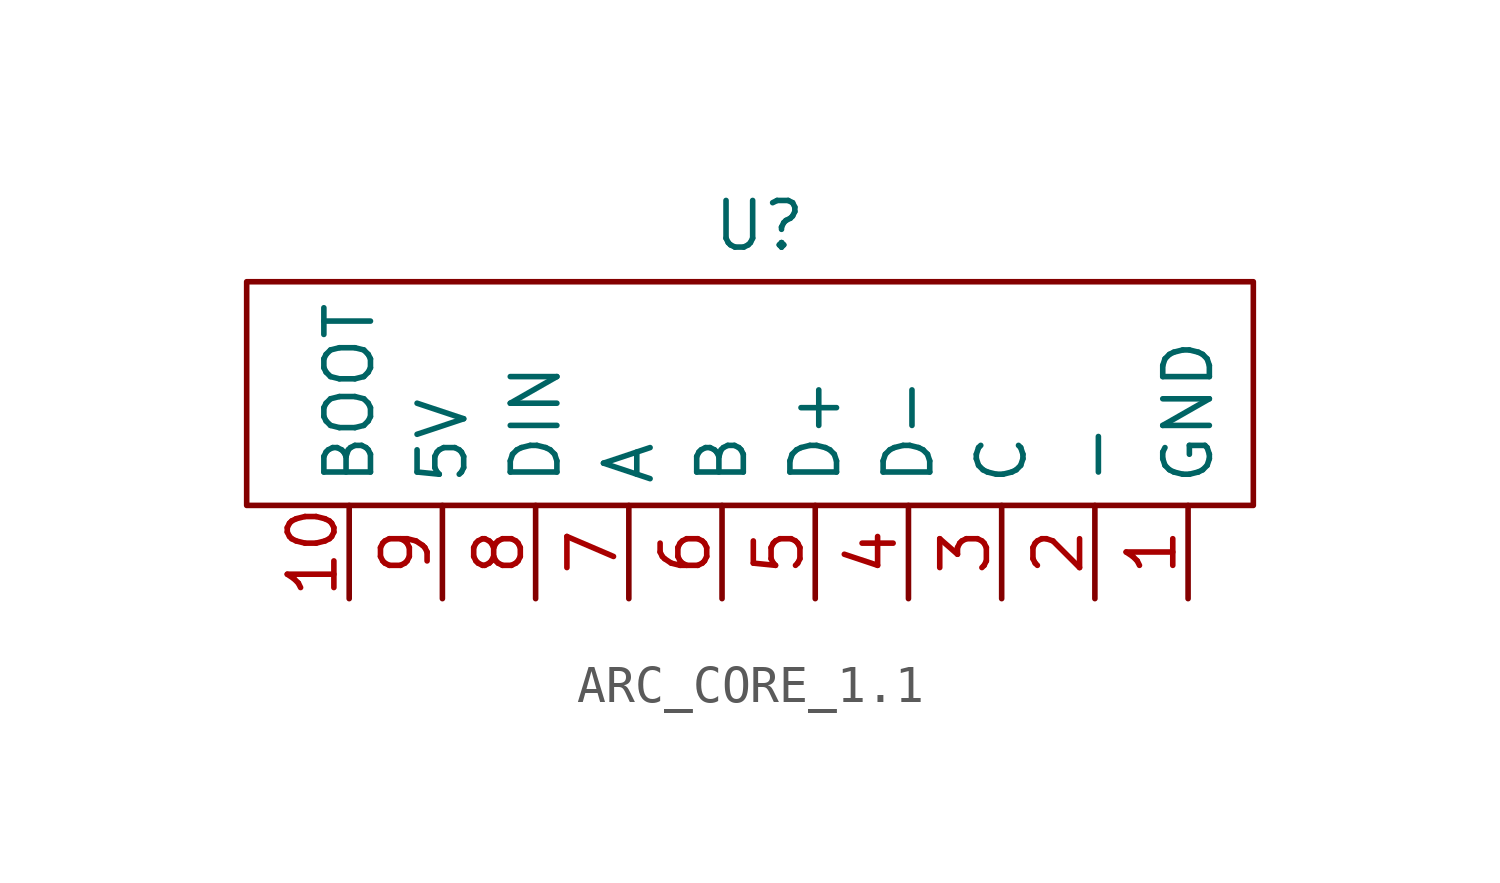
<source format=kicad_sym>
(kicad_symbol_lib
  (version 20220914)
  (generator kicad_symbol_editor)
  (symbol "ARC_CORE_1.1"
    (property "Reference" "U"
      (at 0 3.556 0)
      (effects (font (size 1.27 1.27))))
    (property "Value" ""
      (at 11.684 -6.604 90)
      (effects (font (size 1.27 1.27))))
    (symbol "ARC_CORE_1.1_0_0"
      (pin unspecified line (at 11.684 -6.604 90) (length 2.54) (name "GND" (effects (font (size 1.27 1.27)))) (number "1" (effects (font (size 1.27 1.27)))))
      (pin unspecified line (at -11.176 -6.604 90) (length 2.54) (name "BOOT" (effects (font (size 1.27 1.27)))) (number "10" (effects (font (size 1.27 1.27)))))
      (pin unspecified line (at 9.144 -6.604 90) (length 2.54) (name "-" (effects (font (size 1.27 1.27)))) (number "2" (effects (font (size 1.27 1.27)))))
      (pin unspecified line (at 6.604 -6.604 90) (length 2.54) (name "C" (effects (font (size 1.27 1.27)))) (number "3" (effects (font (size 1.27 1.27)))))
      (pin unspecified line (at 4.064 -6.604 90) (length 2.54) (name "D-" (effects (font (size 1.27 1.27)))) (number "4" (effects (font (size 1.27 1.27)))))
      (pin unspecified line (at 1.524 -6.604 90) (length 2.54) (name "D+" (effects (font (size 1.27 1.27)))) (number "5" (effects (font (size 1.27 1.27)))))
      (pin unspecified line (at -1.016 -6.604 90) (length 2.54) (name "B" (effects (font (size 1.27 1.27)))) (number "6" (effects (font (size 1.27 1.27)))))
      (pin unspecified line (at -3.556 -6.604 90) (length 2.54) (name "A" (effects (font (size 1.27 1.27)))) (number "7" (effects (font (size 1.27 1.27)))))
      (pin unspecified line (at -6.096 -6.604 90) (length 2.54) (name "DIN" (effects (font (size 1.27 1.27)))) (number "8" (effects (font (size 1.27 1.27)))))
      (pin unspecified line (at -8.636 -6.604 90) (length 2.54) (name "5V" (effects (font (size 1.27 1.27)))) (number "9" (effects (font (size 1.27 1.27))))))
    (symbol "ARC_CORE_1.1_0_1"
      (rectangle (start -13.97 2.032) (end 13.462 -4.064) (stroke (width 0) (type default)) (fill (type none))))))
</source>
